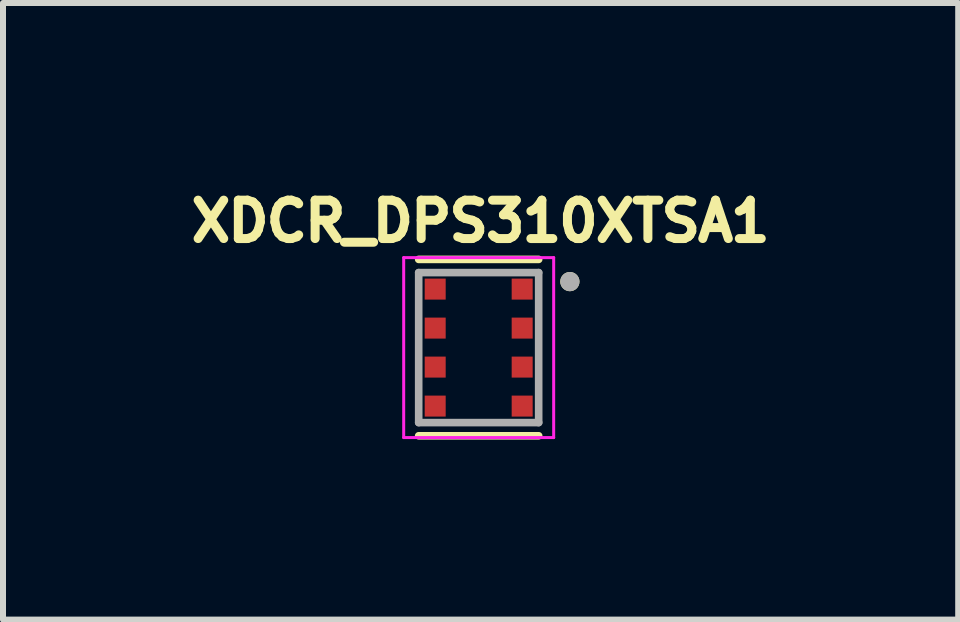
<source format=kicad_pcb>
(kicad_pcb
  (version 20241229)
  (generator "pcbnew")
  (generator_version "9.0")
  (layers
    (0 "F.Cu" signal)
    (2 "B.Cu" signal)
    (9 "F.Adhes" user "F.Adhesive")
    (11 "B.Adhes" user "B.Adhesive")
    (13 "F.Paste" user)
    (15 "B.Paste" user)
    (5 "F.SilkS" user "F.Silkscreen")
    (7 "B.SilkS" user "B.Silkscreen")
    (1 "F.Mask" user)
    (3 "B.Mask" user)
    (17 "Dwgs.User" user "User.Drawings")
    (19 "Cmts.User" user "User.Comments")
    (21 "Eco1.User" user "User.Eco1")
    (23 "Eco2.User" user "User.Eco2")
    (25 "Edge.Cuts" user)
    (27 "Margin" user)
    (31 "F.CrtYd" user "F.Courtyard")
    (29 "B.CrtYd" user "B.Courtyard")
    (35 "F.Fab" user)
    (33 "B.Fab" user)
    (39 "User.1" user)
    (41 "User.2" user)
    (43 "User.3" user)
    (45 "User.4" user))
  (footprint "XDCR_DPS310XTSA1"
    (layer "F.Cu")
    (at 4.929 2.744)
    (property "Reference" "XDCR_DPS310XTSA1" (at 0.032 -2.106 0) (layer "F.SilkS") (effects (font (size 0.64 0.64) (thickness 0.15))))
    (attr through_hole)
    (fp_line (start -1 1.47) (end 1 1.47) (stroke (width 0.127) (type solid)) (layer "F.SilkS"))
    (fp_line (start 1 -1.47) (end -1 -1.47) (stroke (width 0.127) (type solid)) (layer "F.SilkS"))
    (fp_circle (center 1.52 -1.1) (end 1.6 -1.1) (stroke (width 0.16) (type solid)) (fill no) (layer "F.SilkS"))
    (fp_circle (center -0.725 -0.975) (end -0.637 -0.975) (stroke (width 0.175) (type solid)) (fill no) (layer "F.Paste"))
    (fp_circle (center -0.725 -0.325) (end -0.637 -0.325) (stroke (width 0.175) (type solid)) (fill no) (layer "F.Paste"))
    (fp_circle (center -0.725 0.325) (end -0.637 0.325) (stroke (width 0.175) (type solid)) (fill no) (layer "F.Paste"))
    (fp_circle (center -0.725 0.975) (end -0.637 0.975) (stroke (width 0.175) (type solid)) (fill no) (layer "F.Paste"))
    (fp_circle (center 0.725 -0.975) (end 0.812 -0.975) (stroke (width 0.175) (type solid)) (fill no) (layer "F.Paste"))
    (fp_circle (center 0.725 -0.325) (end 0.812 -0.325) (stroke (width 0.175) (type solid)) (fill no) (layer "F.Paste"))
    (fp_circle (center 0.725 0.325) (end 0.812 0.325) (stroke (width 0.175) (type solid)) (fill no) (layer "F.Paste"))
    (fp_circle (center 0.725 0.975) (end 0.812 0.975) (stroke (width 0.175) (type solid)) (fill no) (layer "F.Paste"))
    (fp_line (start -1.25 -1.5) (end -1.25 1.5) (stroke (width 0.05) (type solid)) (layer "F.CrtYd"))
    (fp_line (start -1.25 1.5) (end 1.25 1.5) (stroke (width 0.05) (type solid)) (layer "F.CrtYd"))
    (fp_line (start 1.25 -1.5) (end -1.25 -1.5) (stroke (width 0.05) (type solid)) (layer "F.CrtYd"))
    (fp_line (start 1.25 1.5) (end 1.25 -1.5) (stroke (width 0.05) (type solid)) (layer "F.CrtYd"))
    (fp_line (start -1 -1.25) (end -1 1.25) (stroke (width 0.127) (type solid)) (layer "F.Fab"))
    (fp_line (start -1 -1.25) (end 1 -1.25) (stroke (width 0.127) (type solid)) (layer "F.Fab"))
    (fp_line (start 1 1.25) (end -1 1.25) (stroke (width 0.127) (type solid)) (layer "F.Fab"))
    (fp_line (start 1 1.25) (end 1 -1.25) (stroke (width 0.127) (type solid)) (layer "F.Fab"))
    (fp_circle (center 1.52 -1.1) (end 1.6 -1.1) (stroke (width 0.16) (type solid)) (fill no) (layer "F.Fab"))
    (pad "1" smd rect (at 0.725 -0.975) (size 0.35 0.35) (layers "F.Cu" "F.Mask"))
    (pad "2" smd rect (at 0.725 -0.325) (size 0.35 0.35) (layers "F.Cu" "F.Mask"))
    (pad "3" smd rect (at 0.725 0.325) (size 0.35 0.35) (layers "F.Cu" "F.Mask"))
    (pad "4" smd rect (at 0.725 0.975) (size 0.35 0.35) (layers "F.Cu" "F.Mask"))
    (pad "5" smd rect (at -0.725 0.975) (size 0.35 0.35) (layers "F.Cu" "F.Mask"))
    (pad "6" smd rect (at -0.725 0.325) (size 0.35 0.35) (layers "F.Cu" "F.Mask"))
    (pad "7" smd rect (at -0.725 -0.325) (size 0.35 0.35) (layers "F.Cu" "F.Mask"))
    (pad "8" smd rect (at -0.725 -0.975) (size 0.35 0.35) (layers "F.Cu" "F.Mask")))
  (gr_rect
    (start -3 -3)
    (end 12.922 7.278)
    (stroke (width 0.1) (type default))
    (fill no)
    (layer "Edge.Cuts")))
</source>
